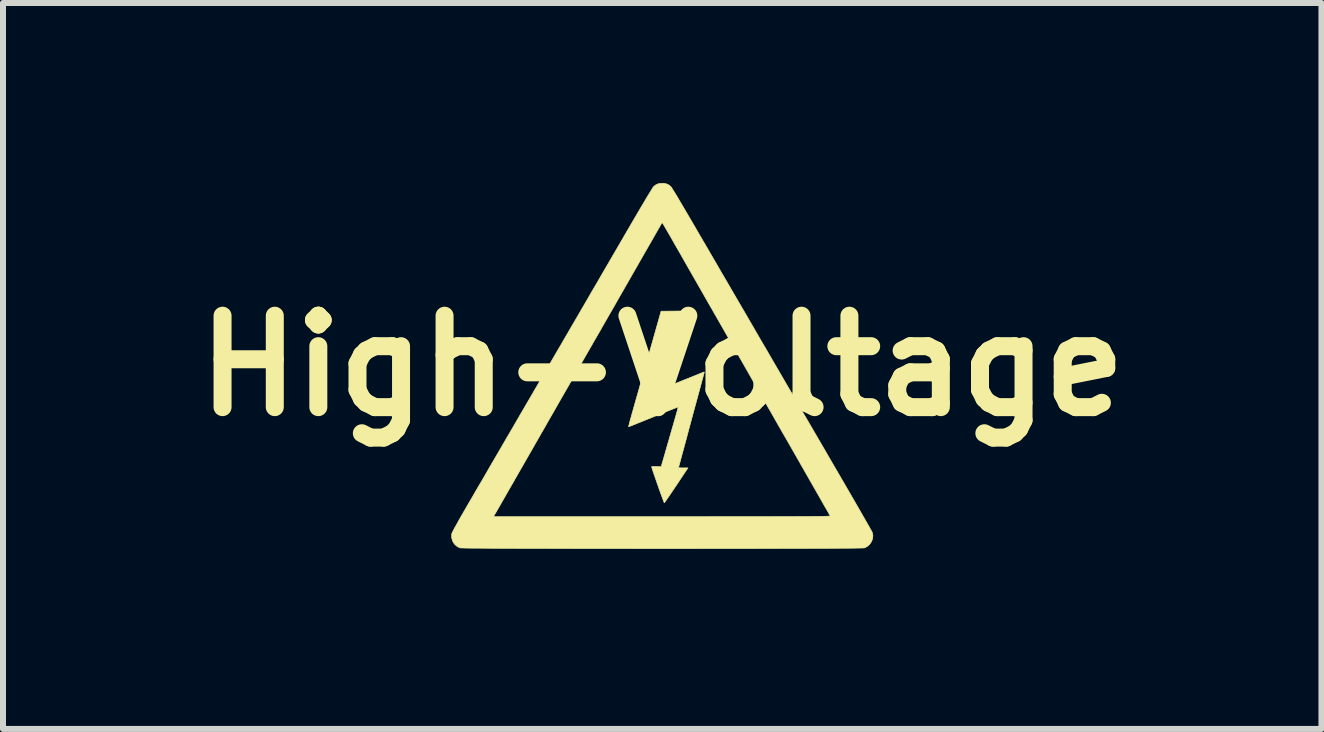
<source format=kicad_pcb>
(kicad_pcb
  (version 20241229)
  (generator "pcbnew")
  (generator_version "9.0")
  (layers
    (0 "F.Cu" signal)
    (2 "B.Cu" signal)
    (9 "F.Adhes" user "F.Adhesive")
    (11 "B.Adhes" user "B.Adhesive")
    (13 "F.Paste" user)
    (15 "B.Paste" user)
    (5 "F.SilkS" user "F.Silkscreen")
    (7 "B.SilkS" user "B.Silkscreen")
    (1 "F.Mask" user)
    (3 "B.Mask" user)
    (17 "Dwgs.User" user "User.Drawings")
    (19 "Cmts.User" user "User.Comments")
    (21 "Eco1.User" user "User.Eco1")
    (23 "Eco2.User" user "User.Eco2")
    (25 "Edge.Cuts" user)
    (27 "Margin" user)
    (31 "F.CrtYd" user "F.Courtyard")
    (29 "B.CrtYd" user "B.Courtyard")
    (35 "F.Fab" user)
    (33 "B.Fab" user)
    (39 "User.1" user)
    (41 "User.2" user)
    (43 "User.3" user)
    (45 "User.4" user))
  (footprint "High-Voltage"
    (layer "F.Cu")
    (at 7.99 3.048)
    (property "Reference" "High-Voltage" (at 0 0 0) (layer "F.SilkS") (effects (font (size 1.524 1.524) (thickness 0.3))))
    (attr through_hole)
    (fp_poly (pts (xy 0.379 -0.913) (xy 0.408 -0.912) (xy 0.427 -0.911) (xy 0.438 -0.909) (xy 0.442 -0.906) (xy 0.443 -0.903) (xy 0.442 -0.9) (xy 0.436 -0.887) (xy 0.424 -0.861) (xy 0.407 -0.823) (xy 0.385 -0.773) (xy 0.359 -0.714) (xy 0.329 -0.647) (xy 0.296 -0.573) (xy 0.262 -0.493) (xy 0.225 -0.41) (xy 0.187 -0.323) (xy 0.148 -0.235) (xy 0.11 -0.147) (xy 0.072 -0.06) (xy 0.036 0.024) (xy 0.001 0.104) (xy -0.032 0.178) (xy -0.061 0.246) (xy -0.087 0.306) (xy -0.108 0.356) (xy -0.125 0.395) (xy -0.137 0.422) (xy -0.142 0.435) (xy -0.142 0.436) (xy -0.134 0.434) (xy -0.112 0.425) (xy -0.078 0.412) (xy -0.034 0.395) (xy 0.019 0.374) (xy 0.08 0.35) (xy 0.145 0.324) (xy 0.214 0.297) (xy 0.285 0.269) (xy 0.355 0.24) (xy 0.424 0.213) (xy 0.489 0.187) (xy 0.549 0.163) (xy 0.602 0.141) (xy 0.646 0.123) (xy 0.679 0.11) (xy 0.693 0.104) (xy 0.701 0.104) (xy 0.7 0.115) (xy 0.696 0.127) (xy 0.689 0.154) (xy 0.678 0.196) (xy 0.662 0.252) (xy 0.644 0.321) (xy 0.622 0.402) (xy 0.597 0.494) (xy 0.569 0.597) (xy 0.538 0.71) (xy 0.505 0.832) (xy 0.47 0.962) (xy 0.433 1.1) (xy 0.395 1.244) (xy 0.377 1.308) (xy 0.357 1.384) (xy 0.337 1.455) (xy 0.32 1.52) (xy 0.304 1.577) (xy 0.292 1.624) (xy 0.282 1.659) (xy 0.276 1.681) (xy 0.274 1.687) (xy 0.274 1.694) (xy 0.279 1.698) (xy 0.293 1.701) (xy 0.319 1.702) (xy 0.35 1.702) (xy 0.429 1.702) (xy 0.236 1.992) (xy 0.194 2.054) (xy 0.155 2.112) (xy 0.12 2.164) (xy 0.089 2.209) (xy 0.065 2.244) (xy 0.047 2.269) (xy 0.037 2.282) (xy 0.036 2.284) (xy 0.031 2.277) (xy 0.022 2.255) (xy 0.009 2.221) (xy -0.007 2.176) (xy -0.027 2.123) (xy -0.049 2.061) (xy -0.072 1.994) (xy -0.075 1.988) (xy -0.098 1.92) (xy -0.12 1.857) (xy -0.139 1.802) (xy -0.155 1.755) (xy -0.167 1.718) (xy -0.175 1.693) (xy -0.178 1.683) (xy -0.178 1.683) (xy -0.17 1.68) (xy -0.149 1.679) (xy -0.118 1.679) (xy -0.097 1.679) (xy -0.017 1.682) (xy -0.009 1.652) (xy -0.005 1.638) (xy 0.003 1.61) (xy 0.015 1.568) (xy 0.031 1.515) (xy 0.049 1.452) (xy 0.069 1.381) (xy 0.092 1.303) (xy 0.116 1.219) (xy 0.134 1.156) (xy 0.159 1.07) (xy 0.182 0.99) (xy 0.203 0.916) (xy 0.222 0.85) (xy 0.238 0.793) (xy 0.251 0.747) (xy 0.26 0.713) (xy 0.266 0.693) (xy 0.267 0.688) (xy 0.264 0.688) (xy 0.254 0.691) (xy 0.238 0.698) (xy 0.213 0.707) (xy 0.18 0.72) (xy 0.137 0.737) (xy 0.084 0.758) (xy 0.02 0.784) (xy -0.057 0.815) (xy -0.146 0.851) (xy -0.25 0.893) (xy -0.368 0.941) (xy -0.389 0.949) (xy -0.438 0.969) (xy -0.482 0.987) (xy -0.518 1.001) (xy -0.545 1.011) (xy -0.558 1.016) (xy -0.559 1.016) (xy -0.56 1.016) (xy -0.56 1.014) (xy -0.56 1.011) (xy -0.559 1.005) (xy -0.557 0.995) (xy -0.553 0.981) (xy -0.548 0.961) (xy -0.542 0.936) (xy -0.533 0.904) (xy -0.522 0.865) (xy -0.509 0.817) (xy -0.493 0.76) (xy -0.474 0.694) (xy -0.452 0.616) (xy -0.427 0.527) (xy -0.398 0.426) (xy -0.366 0.312) (xy -0.329 0.183) (xy -0.289 0.041) (xy -0.244 -0.118) (xy -0.242 -0.123) (xy -0.019 -0.91) (xy 0.215 -0.912) (xy 0.284 -0.913) (xy 0.338 -0.913) (xy 0.379 -0.913)) (stroke (width 0.01) (type solid)) (fill yes) (layer "F.SilkS"))
    (fp_poly (pts (xy 0.057 -3.037) (xy 0.104 -3.019) (xy 0.145 -2.986) (xy 0.146 -2.985) (xy 0.154 -2.973) (xy 0.17 -2.948) (xy 0.193 -2.911) (xy 0.223 -2.863) (xy 0.258 -2.805) (xy 0.297 -2.738) (xy 0.341 -2.664) (xy 0.388 -2.584) (xy 0.438 -2.499) (xy 0.486 -2.417) (xy 0.526 -2.349) (xy 0.573 -2.268) (xy 0.627 -2.174) (xy 0.688 -2.07) (xy 0.755 -1.956) (xy 0.826 -1.833) (xy 0.902 -1.703) (xy 0.981 -1.566) (xy 1.064 -1.425) (xy 1.148 -1.28) (xy 1.234 -1.132) (xy 1.321 -0.983) (xy 1.408 -0.834) (xy 1.494 -0.686) (xy 1.555 -0.58) (xy 1.646 -0.423) (xy 1.743 -0.258) (xy 1.842 -0.087) (xy 1.945 0.09) (xy 2.049 0.269) (xy 2.154 0.449) (xy 2.259 0.629) (xy 2.362 0.807) (xy 2.463 0.98) (xy 2.561 1.148) (xy 2.654 1.308) (xy 2.742 1.459) (xy 2.823 1.599) (xy 2.897 1.726) (xy 2.9 1.731) (xy 2.971 1.853) (xy 3.039 1.97) (xy 3.105 2.084) (xy 3.167 2.191) (xy 3.226 2.293) (xy 3.28 2.387) (xy 3.33 2.474) (xy 3.374 2.551) (xy 3.413 2.619) (xy 3.446 2.676) (xy 3.471 2.722) (xy 3.49 2.755) (xy 3.501 2.776) (xy 3.503 2.781) (xy 3.513 2.832) (xy 3.507 2.884) (xy 3.488 2.933) (xy 3.458 2.977) (xy 3.417 3.013) (xy 3.372 3.036) (xy 3.361 3.037) (xy 3.333 3.038) (xy 3.29 3.039) (xy 3.232 3.04) (xy 3.16 3.041) (xy 3.074 3.042) (xy 2.976 3.042) (xy 2.866 3.043) (xy 2.744 3.044) (xy 2.612 3.044) (xy 2.47 3.045) (xy 2.318 3.045) (xy 2.159 3.046) (xy 1.991 3.046) (xy 1.816 3.047) (xy 1.635 3.047) (xy 1.448 3.048) (xy 1.256 3.048) (xy 1.059 3.048) (xy 0.859 3.048) (xy 0.656 3.048) (xy 0.451 3.049) (xy 0.244 3.049) (xy 0.037 3.049) (xy -0.171 3.049) (xy -0.378 3.049) (xy -0.584 3.048) (xy -0.787 3.048) (xy -0.989 3.048) (xy -1.186 3.048) (xy -1.38 3.048) (xy -1.569 3.047) (xy -1.752 3.047) (xy -1.93 3.046) (xy -2.1 3.046) (xy -2.263 3.045) (xy -2.417 3.045) (xy -2.563 3.044) (xy -2.699 3.044) (xy -2.824 3.043) (xy -2.939 3.042) (xy -3.041 3.041) (xy -3.132 3.041) (xy -3.209 3.04) (xy -3.272 3.039) (xy -3.32 3.038) (xy -3.353 3.037) (xy -3.371 3.036) (xy -3.373 3.036) (xy -3.424 3.009) (xy -3.465 2.971) (xy -3.494 2.923) (xy -3.51 2.869) (xy -3.511 2.812) (xy -3.51 2.804) (xy -3.504 2.788) (xy -3.489 2.757) (xy -3.466 2.712) (xy -3.433 2.654) (xy -3.393 2.581) (xy -3.355 2.515) (xy -2.813 2.515) (xy -0.004 2.515) (xy 0.26 2.515) (xy 0.507 2.515) (xy 0.738 2.515) (xy 0.954 2.514) (xy 1.155 2.514) (xy 1.341 2.514) (xy 1.514 2.514) (xy 1.673 2.514) (xy 1.819 2.514) (xy 1.952 2.513) (xy 2.074 2.513) (xy 2.184 2.513) (xy 2.283 2.512) (xy 2.372 2.512) (xy 2.451 2.512) (xy 2.52 2.511) (xy 2.58 2.511) (xy 2.632 2.51) (xy 2.676 2.509) (xy 2.712 2.509) (xy 2.741 2.508) (xy 2.764 2.507) (xy 2.781 2.506) (xy 2.792 2.505) (xy 2.798 2.504) (xy 2.8 2.503) (xy 2.8 2.503) (xy 2.795 2.494) (xy 2.783 2.472) (xy 2.763 2.437) (xy 2.736 2.389) (xy 2.702 2.331) (xy 2.663 2.262) (xy 2.619 2.184) (xy 2.569 2.097) (xy 2.515 2.002) (xy 2.457 1.901) (xy 2.396 1.794) (xy 2.332 1.682) (xy 2.266 1.566) (xy 2.256 1.549) (xy 2.107 1.288) (xy 1.961 1.035) (xy 1.82 0.787) (xy 1.682 0.547) (xy 1.549 0.315) (xy 1.421 0.09) (xy 1.297 -0.127) (xy 1.178 -0.334) (xy 1.064 -0.533) (xy 0.956 -0.722) (xy 0.853 -0.902) (xy 0.756 -1.071) (xy 0.666 -1.229) (xy 0.582 -1.376) (xy 0.504 -1.512) (xy 0.433 -1.636) (xy 0.369 -1.748) (xy 0.313 -1.847) (xy 0.264 -1.932) (xy 0.222 -2.005) (xy 0.189 -2.063) (xy 0.165 -2.106) (xy 0.129 -2.169) (xy 0.095 -2.226) (xy 0.066 -2.278) (xy 0.04 -2.321) (xy 0.02 -2.355) (xy 0.007 -2.377) (xy 0.000309 -2.387) (xy 0 -2.387) (xy -0.005 -2.38) (xy -0.018 -2.361) (xy -0.035 -2.331) (xy -0.057 -2.294) (xy -0.077 -2.258) (xy -0.089 -2.237) (xy -0.109 -2.203) (xy -0.136 -2.155) (xy -0.17 -2.095) (xy -0.211 -2.024) (xy -0.258 -1.942) (xy -0.311 -1.85) (xy -0.369 -1.749) (xy -0.431 -1.64) (xy -0.498 -1.524) (xy -0.568 -1.401) (xy -0.642 -1.272) (xy -0.719 -1.138) (xy -0.798 -0.999) (xy -0.879 -0.858) (xy -0.944 -0.745) (xy -1.056 -0.549) (xy -1.161 -0.367) (xy -1.258 -0.198) (xy -1.348 -0.041) (xy -1.431 0.105) (xy -1.509 0.24) (xy -1.581 0.366) (xy -1.648 0.483) (xy -1.711 0.592) (xy -1.769 0.694) (xy -1.824 0.79) (xy -1.876 0.88) (xy -1.925 0.966) (xy -1.972 1.049) (xy -2.018 1.128) (xy -2.062 1.206) (xy -2.106 1.282) (xy -2.149 1.358) (xy -2.193 1.435) (xy -2.238 1.513) (xy -2.284 1.593) (xy -2.332 1.677) (xy -2.382 1.764) (xy -2.435 1.857) (xy -2.439 1.863) (xy -2.491 1.955) (xy -2.542 2.043) (xy -2.59 2.127) (xy -2.634 2.204) (xy -2.675 2.275) (xy -2.71 2.337) (xy -2.74 2.389) (xy -2.764 2.431) (xy -2.781 2.46) (xy -2.791 2.477) (xy -2.792 2.479) (xy -2.813 2.515) (xy -3.355 2.515) (xy -3.344 2.495) (xy -3.286 2.395) (xy -3.254 2.339) (xy -3.163 2.183) (xy -3.079 2.038) (xy -3 1.904) (xy -2.926 1.776) (xy -2.855 1.653) (xy -2.785 1.533) (xy -2.714 1.412) (xy -2.643 1.289) (xy -2.568 1.16) (xy -2.488 1.024) (xy -2.476 1.003) (xy -2.369 0.818) (xy -2.269 0.647) (xy -2.177 0.489) (xy -2.093 0.344) (xy -2.015 0.211) (xy -1.945 0.09) (xy -1.88 -0.021) (xy -1.822 -0.122) (xy -1.769 -0.213) (xy -1.721 -0.295) (xy -1.678 -0.368) (xy -1.64 -0.435) (xy -1.605 -0.494) (xy -1.574 -0.547) (xy -1.547 -0.594) (xy -1.523 -0.636) (xy -1.501 -0.673) (xy -1.481 -0.707) (xy -1.463 -0.738) (xy -1.447 -0.766) (xy -1.439 -0.779) (xy -1.401 -0.844) (xy -1.355 -0.924) (xy -1.3 -1.018) (xy -1.237 -1.127) (xy -1.166 -1.25) (xy -1.085 -1.387) (xy -0.997 -1.54) (xy -0.9 -1.706) (xy -0.794 -1.888) (xy -0.68 -2.084) (xy -0.558 -2.294) (xy -0.501 -2.392) (xy -0.448 -2.482) (xy -0.397 -2.569) (xy -0.349 -2.651) (xy -0.304 -2.726) (xy -0.264 -2.795) (xy -0.228 -2.854) (xy -0.197 -2.904) (xy -0.173 -2.943) (xy -0.156 -2.97) (xy -0.147 -2.984) (xy -0.146 -2.985) (xy -0.105 -3.018) (xy -0.058 -3.037) (xy -0.001 -3.043) (xy 0 -3.043) (xy 0.057 -3.037)) (stroke (width 0.01) (type solid)) (fill yes) (layer "F.SilkS")))
  (gr_rect
    (start -3 -3)
    (end 18.98 9.102)
    (stroke (width 0.1) (type default))
    (fill no)
    (layer "Edge.Cuts")))
</source>
